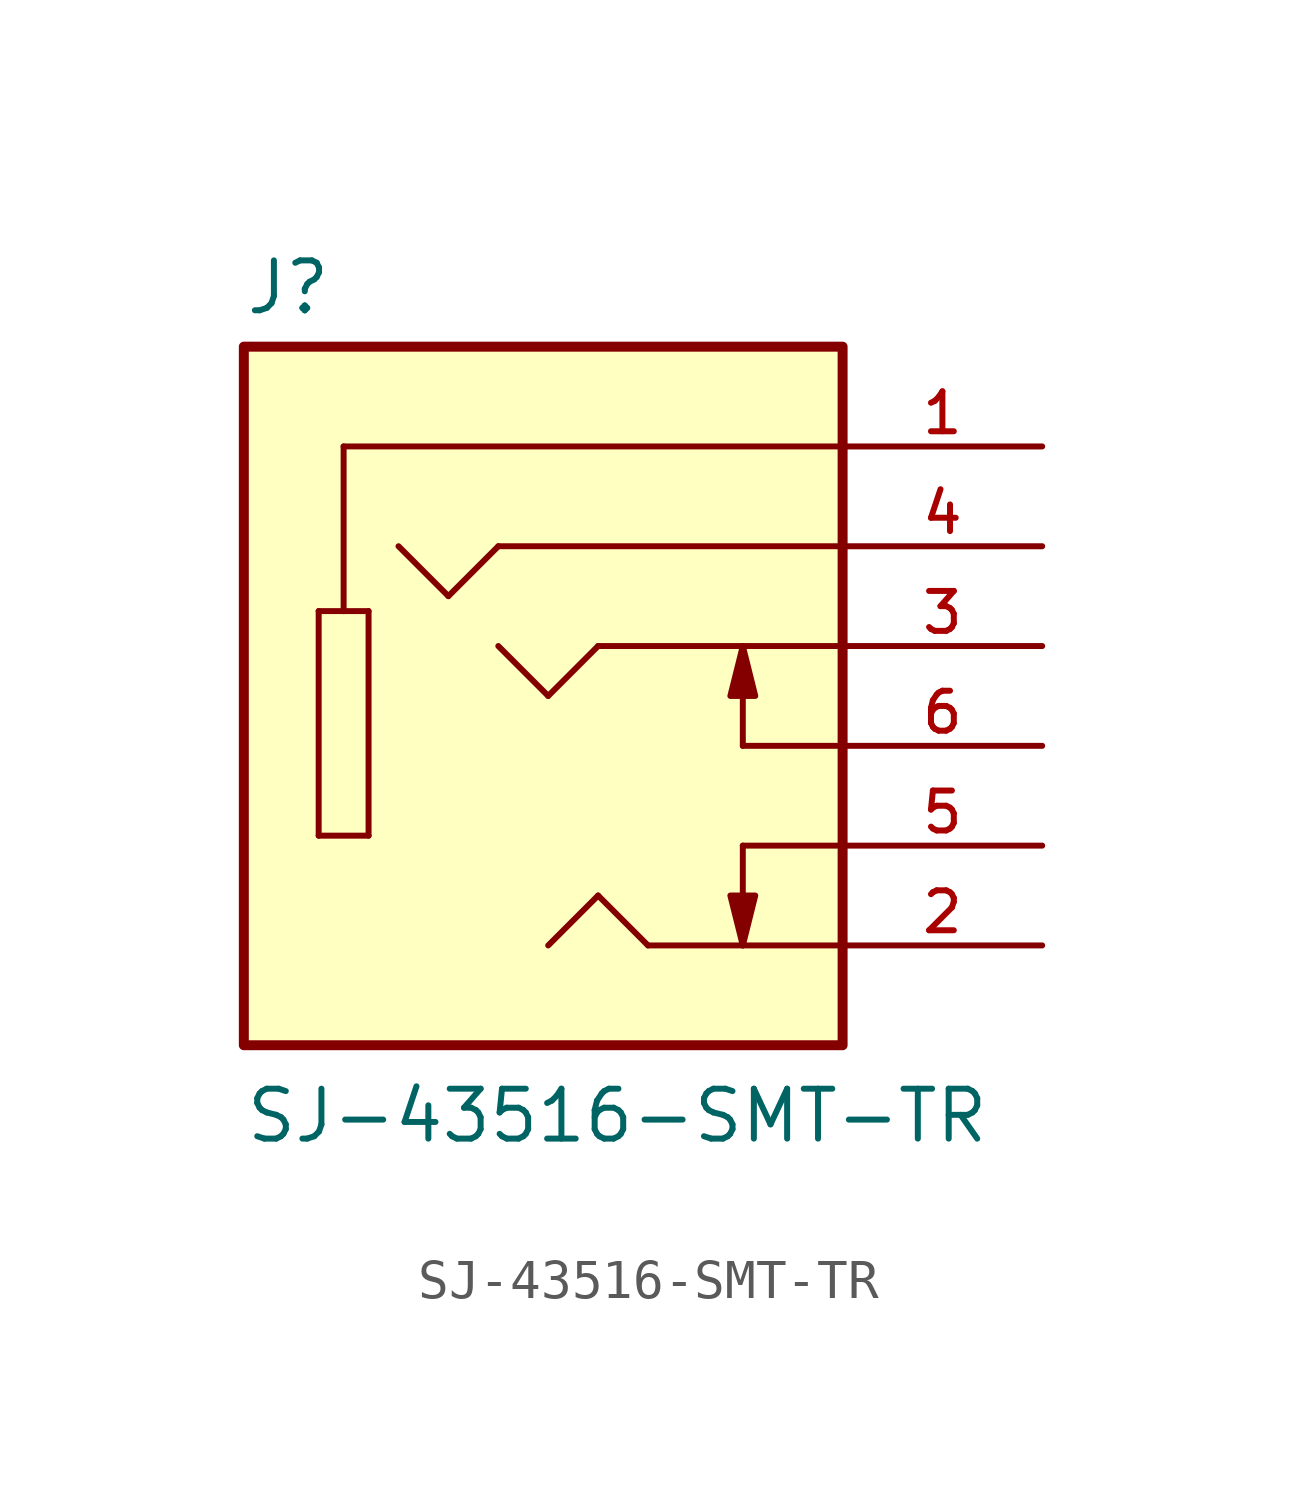
<source format=kicad_sym>
(kicad_symbol_lib
  (version 20211014)
  (generator kicad_symbol_editor)
  (symbol "SJ-43516-SMT-TR"
    (pin_names
      (offset 1.016))
    (property "Reference" "J"
      (at -7.62 8.382 0)
      (effects (font (size 1.27 1.27)) (justify bottom left)))
    (property "Value" "SJ-43516-SMT-TR"
      (at -7.62 -12.7 0)
      (effects (font (size 1.27 1.27)) (justify bottom left)))
    (symbol "SJ-43516-SMT-TR_0_0"
      (polyline (pts (xy 7.62 5.08) (xy -5.08 5.08)) (stroke (width 0.152)))
      (polyline (pts (xy -5.08 5.08) (xy -5.08 0.889)) (stroke (width 0.152)))
      (polyline (pts (xy -5.08 0.889) (xy -4.445 0.889)) (stroke (width 0.152)))
      (polyline (pts (xy -4.445 0.889) (xy -4.445 -4.826)) (stroke (width 0.152)))
      (polyline (pts (xy -4.445 -4.826) (xy -5.715 -4.826)) (stroke (width 0.152)))
      (polyline (pts (xy -5.715 -4.826) (xy -5.715 0.889)) (stroke (width 0.152)))
      (polyline (pts (xy -5.715 0.889) (xy -5.08 0.889)) (stroke (width 0.152)))
      (polyline (pts (xy 7.62 0.0) (xy 1.397 0.0)) (stroke (width 0.152)))
      (polyline (pts (xy 1.397 0.0) (xy 0.127 -1.27)) (stroke (width 0.152)))
      (polyline (pts (xy 0.127 -1.27) (xy -1.143 0.0)) (stroke (width 0.152)))
      (polyline (pts (xy 7.62 -7.62) (xy 2.667 -7.62)) (stroke (width 0.152)))
      (polyline (pts (xy 2.667 -7.62) (xy 1.397 -6.35)) (stroke (width 0.152)))
      (polyline (pts (xy 1.397 -6.35) (xy 0.127 -7.62)) (stroke (width 0.152)))
      (polyline (pts (xy 7.62 -5.08) (xy 5.08 -5.08)) (stroke (width 0.152)))
      (polyline (pts (xy 5.08 -5.08) (xy 5.08 -7.62)) (stroke (width 0.152)))
      (polyline (pts (xy 7.62 -2.54) (xy 5.08 -2.54)) (stroke (width 0.152)))
      (polyline (pts (xy 5.08 -2.54) (xy 5.08 0.0)) (stroke (width 0.152)))
      (polyline (pts (xy 7.62 2.54) (xy -1.143 2.54)) (stroke (width 0.152)))
      (polyline (pts (xy -1.143 2.54) (xy -2.413 1.27)) (stroke (width 0.152)))
      (polyline (pts (xy -2.413 1.27) (xy -3.683 2.54)) (stroke (width 0.152)))
      (polyline (pts (xy 5.08 -7.62) (xy 4.763 -6.35) (xy 5.397 -6.35) (xy 5.08 -7.62)) (stroke (width 0.152)) (fill (type outline)))
      (polyline (pts (xy 5.08 0.0) (xy 5.397 -1.27) (xy 4.763 -1.27) (xy 5.08 0.0)) (stroke (width 0.152)) (fill (type outline)))
      (rectangle (start -7.62 -10.16) (end 7.62 7.62) (stroke (width 0.254)) (fill (type background)))
      (pin passive line (at 12.7 5.08 180.0) (length 5.08) (name "~" (effects (font (size 1.016 1.016)))) (number "1" (effects (font (size 1.016 1.016)))))
      (pin passive line (at 12.7 -7.62 180.0) (length 5.08) (name "~" (effects (font (size 1.016 1.016)))) (number "2" (effects (font (size 1.016 1.016)))))
      (pin passive line (at 12.7 0.0 180.0) (length 5.08) (name "~" (effects (font (size 1.016 1.016)))) (number "3" (effects (font (size 1.016 1.016)))))
      (pin passive line (at 12.7 2.54 180.0) (length 5.08) (name "~" (effects (font (size 1.016 1.016)))) (number "4" (effects (font (size 1.016 1.016)))))
      (pin passive line (at 12.7 -2.54 180.0) (length 5.08) (name "~" (effects (font (size 1.016 1.016)))) (number "6" (effects (font (size 1.016 1.016)))))
      (pin passive line (at 12.7 -5.08 180.0) (length 5.08) (name "~" (effects (font (size 1.016 1.016)))) (number "5" (effects (font (size 1.016 1.016))))))))
</source>
